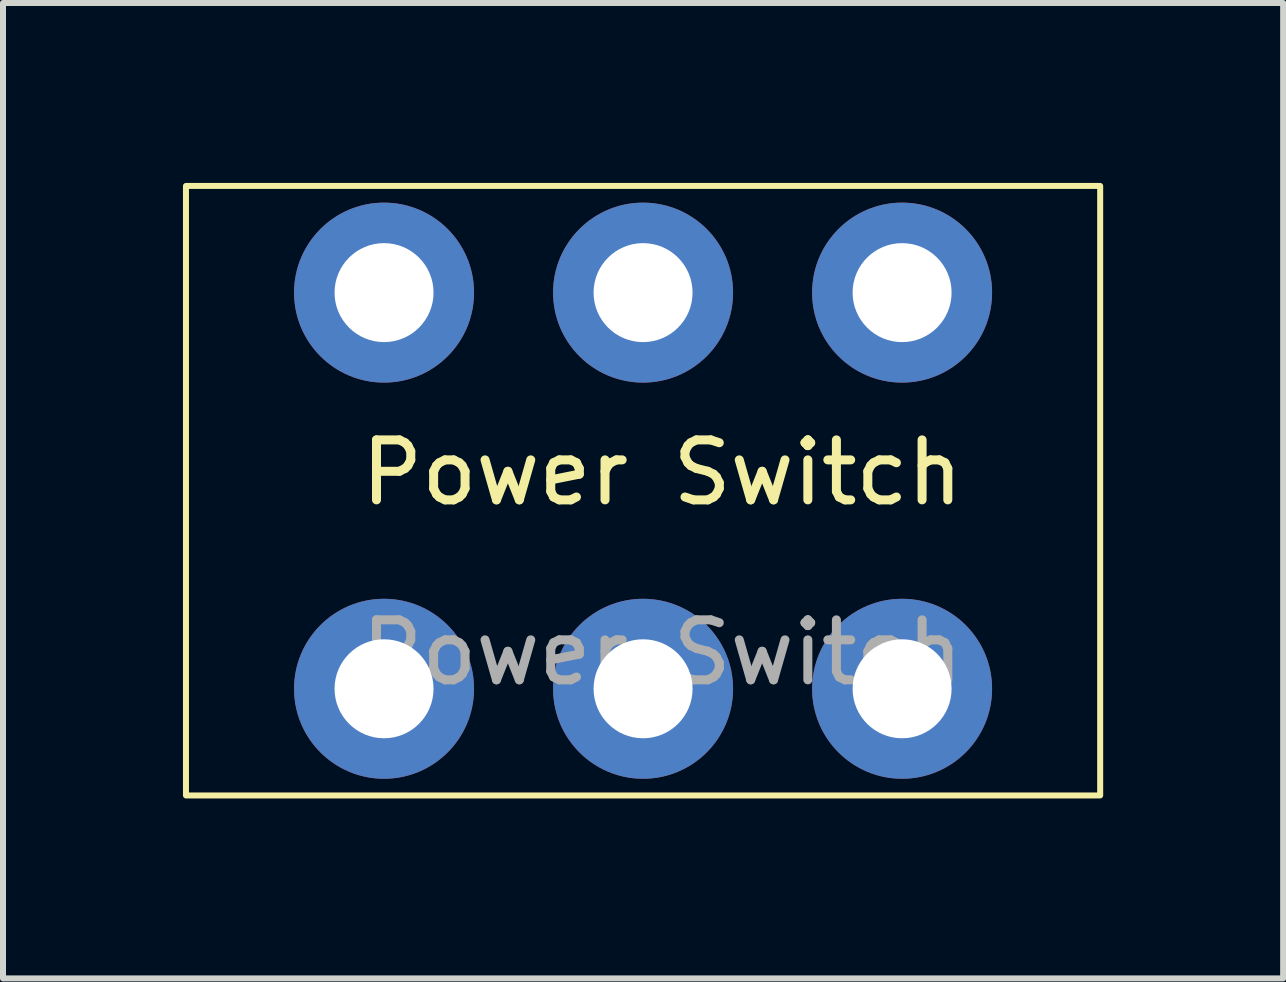
<source format=kicad_pcb>
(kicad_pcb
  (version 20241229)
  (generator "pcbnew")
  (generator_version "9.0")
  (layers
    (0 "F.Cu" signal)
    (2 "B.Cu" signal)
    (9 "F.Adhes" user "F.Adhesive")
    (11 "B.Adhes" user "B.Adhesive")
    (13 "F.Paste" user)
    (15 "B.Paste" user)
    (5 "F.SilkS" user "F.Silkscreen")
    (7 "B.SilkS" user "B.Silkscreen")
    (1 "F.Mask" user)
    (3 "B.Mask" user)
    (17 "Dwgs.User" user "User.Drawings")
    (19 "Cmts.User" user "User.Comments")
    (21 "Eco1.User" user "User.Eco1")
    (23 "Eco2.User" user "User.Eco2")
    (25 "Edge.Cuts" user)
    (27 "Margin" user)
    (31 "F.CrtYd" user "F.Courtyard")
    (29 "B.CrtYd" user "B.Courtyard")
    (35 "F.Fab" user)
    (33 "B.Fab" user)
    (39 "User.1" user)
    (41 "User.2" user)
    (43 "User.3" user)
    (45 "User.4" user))
  (footprint "Power Switch"
    (layer "F.Cu")
    (at 7.988 5.828)
    (property "Reference" "Power Switch" (at 0 -1 0) (unlocked yes) (layer "F.SilkS") (effects (font (size 1 1) (thickness 0.15))))
    (attr through_hole)
    (fp_rect (start 7.302 -5.778) (end -7.938 4.382) (stroke (width 0.1) (type default)) (fill no) (layer "F.SilkS"))
    (fp_text user "${REFERENCE}" (at 0 2 0) (unlocked yes) (layer "F.Fab") (effects (font (size 1 1) (thickness 0.15))))
    (pad "1" thru_hole circle (at -4.636 -4) (size 3 3) (drill 1.65) (layers "*.Cu" "*.Mask"))
    (pad "2" thru_hole circle (at -0.318 -4) (size 3 3) (drill 1.65) (layers "*.Cu" "*.Mask"))
    (pad "3" thru_hole circle (at -4.636 2.604) (size 3 3) (drill 1.65) (layers "*.Cu" "*.Mask"))
    (pad "4" thru_hole circle (at -0.318 2.604) (size 3 3) (drill 1.65) (layers "*.Cu" "*.Mask"))
    (pad "5" thru_hole circle (at 4 -4) (size 3 3) (drill 1.65) (layers "*.Cu" "*.Mask"))
    (pad "6" thru_hole circle (at 4 2.604) (size 3 3) (drill 1.65) (layers "*.Cu" "*.Mask")))
  (gr_rect
    (start -3 -3)
    (end 18.34 13.26)
    (stroke (width 0.1) (type default))
    (fill no)
    (layer "Edge.Cuts")))
</source>
